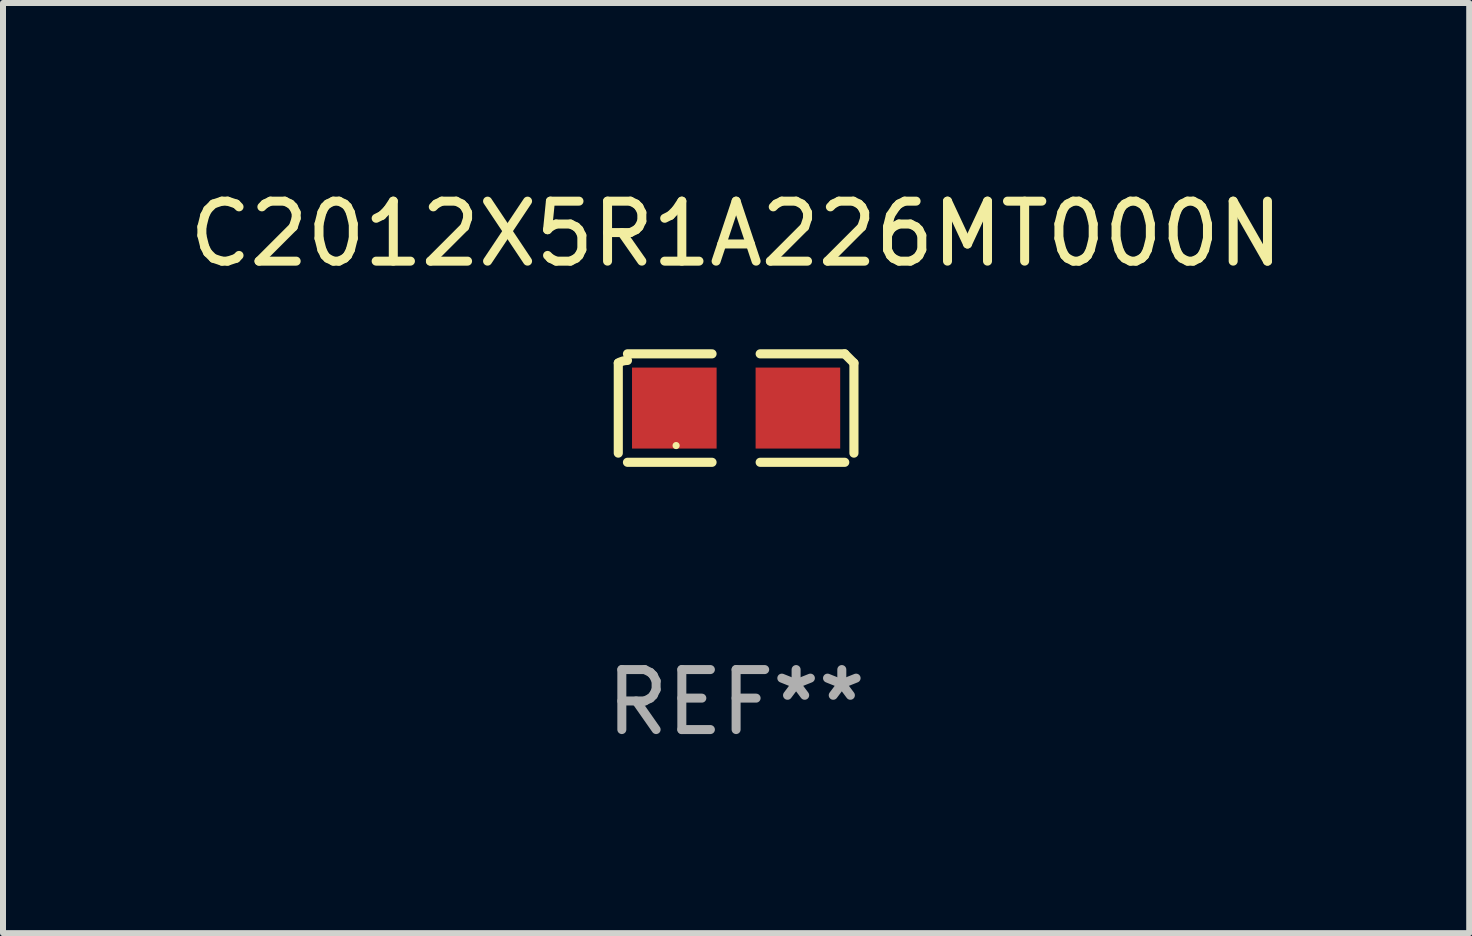
<source format=kicad_pcb>
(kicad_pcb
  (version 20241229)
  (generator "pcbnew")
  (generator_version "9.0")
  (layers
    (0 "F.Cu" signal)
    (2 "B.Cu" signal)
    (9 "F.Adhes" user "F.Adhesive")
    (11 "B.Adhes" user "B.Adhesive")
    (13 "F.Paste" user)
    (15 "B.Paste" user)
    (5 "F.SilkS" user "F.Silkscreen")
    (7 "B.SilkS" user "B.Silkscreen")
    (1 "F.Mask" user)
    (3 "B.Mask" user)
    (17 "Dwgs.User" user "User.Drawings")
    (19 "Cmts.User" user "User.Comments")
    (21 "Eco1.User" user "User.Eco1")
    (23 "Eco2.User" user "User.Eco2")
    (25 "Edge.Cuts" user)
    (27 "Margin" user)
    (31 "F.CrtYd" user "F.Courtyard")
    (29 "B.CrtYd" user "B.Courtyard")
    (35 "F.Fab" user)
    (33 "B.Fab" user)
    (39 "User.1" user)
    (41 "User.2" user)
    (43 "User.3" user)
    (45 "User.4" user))
  (footprint "C2012X5R1A226MT000N"
    (layer "F.Cu")
    (at 9.22 3.752)
    (property "Reference" "C2012X5R1A226MT000N" (at 0 -2.904 0) (layer "F.SilkS") (effects (font (size 1 1) (thickness 0.15))))
    (attr through_hole)
    (fp_line (start -1.964 0.751) (end -1.964 -0.751) (stroke (width 0.152) (type solid)) (layer "F.SilkS"))
    (fp_line (start -1.811 -0.904) (end -0.401 -0.904) (stroke (width 0.152) (type solid)) (layer "F.SilkS"))
    (fp_line (start -0.401 0.904) (end -1.811 0.904) (stroke (width 0.152) (type solid)) (layer "F.SilkS"))
    (fp_line (start 0.401 0.904) (end 1.811 0.904) (stroke (width 0.152) (type solid)) (layer "F.SilkS"))
    (fp_line (start 1.811 -0.904) (end 0.401 -0.904) (stroke (width 0.152) (type solid)) (layer "F.SilkS"))
    (fp_line (start 1.964 0.751) (end 1.964 -0.751) (stroke (width 0.152) (type solid)) (layer "F.SilkS"))
    (fp_arc (start -1.963602 -0.751207) (mid -1.890354 -0.783131) (end -1.811201 -0.794044) (stroke (width 0.1524) (type solid)) (layer "F.SilkS"))
    (fp_arc (start 1.811202 -0.903607) (mid 1.887413 -0.827418) (end 1.963602 -0.751207) (stroke (width 0.1524) (type solid)) (layer "F.SilkS"))
    (fp_circle (center -1 0.625) (end -0.97 0.625) (stroke (width 0.06) (type solid)) (fill no) (layer "F.SilkS"))
    (fp_text user "REF**" (at 0 4.904 0) (layer "F.Fab") (effects (font (size 1 1) (thickness 0.15))))
    (pad "1" smd rect (at -1.03 0) (size 1.41 1.35) (layers "F.Cu" "F.Mask" "F.Paste"))
    (pad "2" smd rect (at 1.03 0) (size 1.41 1.35) (layers "F.Cu" "F.Mask" "F.Paste")))
  (gr_rect
    (start -3 -3)
    (end 21.44 12.504)
    (stroke (width 0.1) (type default))
    (fill no)
    (layer "Edge.Cuts")))
</source>
